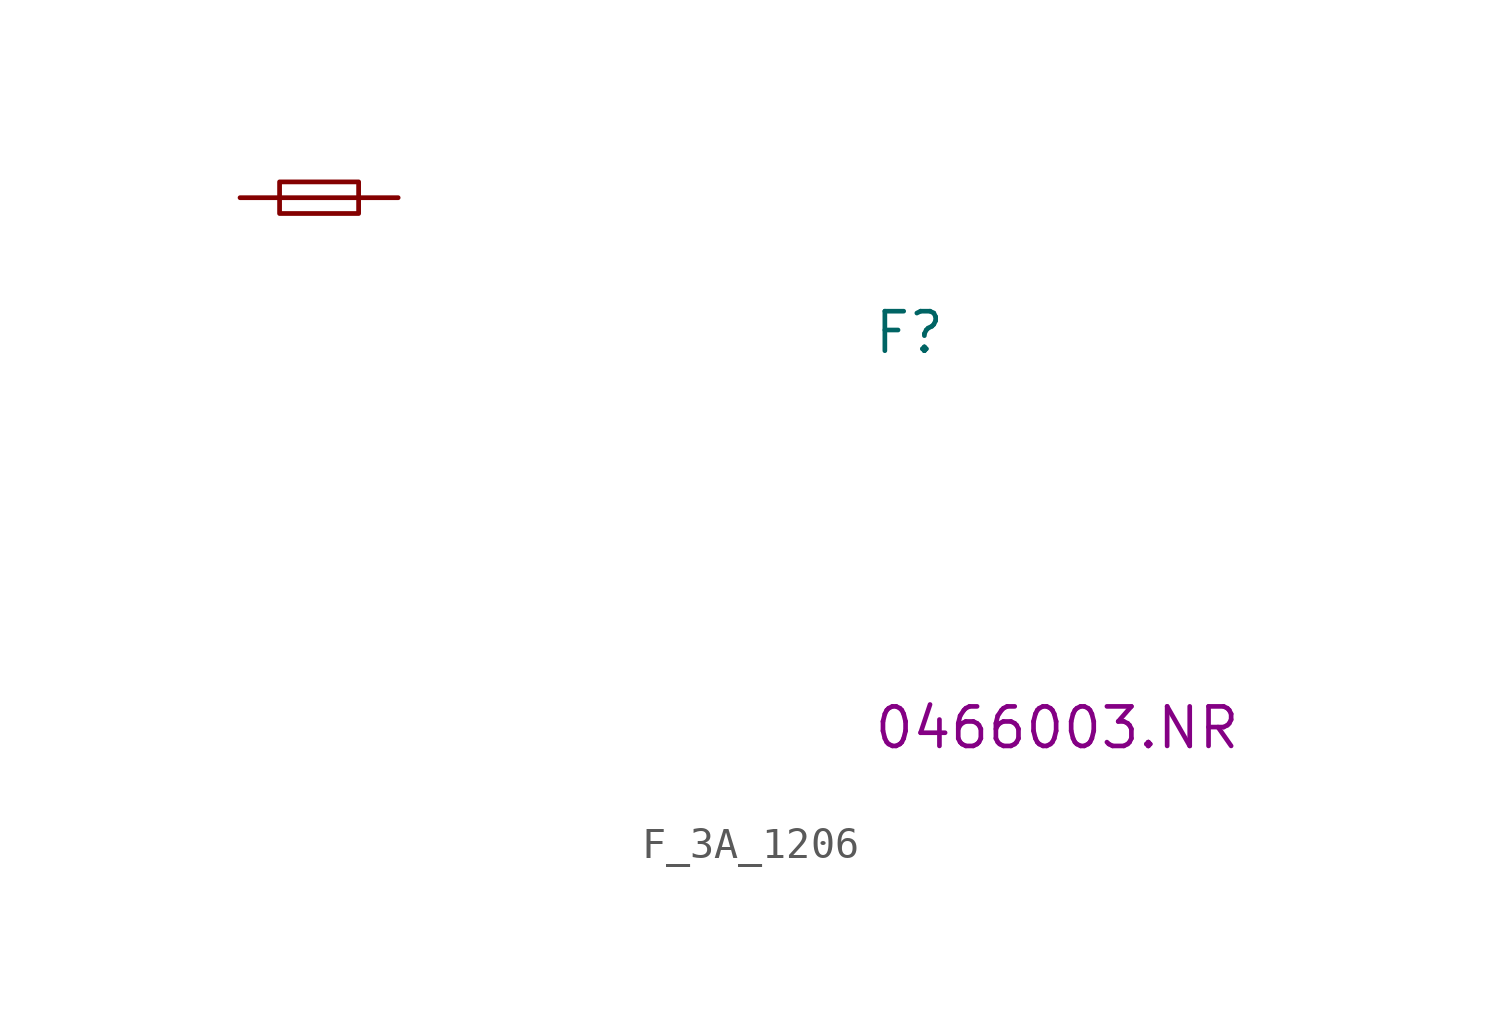
<source format=kicad_sym>
(kicad_symbol_lib
  (version 20220914)
  (generator kicad_symbol_editor)
  (symbol "F_3A_1206"
    (pin_numbers hide)
    (pin_names
      (offset 0.991) hide)
    (property "Reference" "F"
      (at 20.32 -5.08 0)
      (effects (font (size 1.27 1.27) (thickness 0.15)) (justify left bottom)))
    (property "MPN" "0466003.NR "
      (at 20.32 -17.78 0)
      (effects (font (size 1.27 1.27) (thickness 0.15)) (justify left bottom)))
    (symbol "F_3A_1206_0_1"
      (polyline (pts (xy 1.27 0) (xy 3.81 0)) (stroke (width 0) (type default)) (fill (type none)))
      (rectangle (start 1.27 0.508) (end 3.81 -0.508) (stroke (width 0) (type default)) (fill (type none))))
    (symbol "F_3A_1206_1_1"
      (pin passive line (at 0 0 0) (length 1.27) (name "~" (effects (font (size 1.27 1.27)))) (number "1" (effects (font (size 1.27 1.27)))))
      (pin passive line (at 5.08 0 180) (length 1.27) (name "~" (effects (font (size 1.27 1.27)))) (number "2" (effects (font (size 1.27 1.27))))))))
</source>
